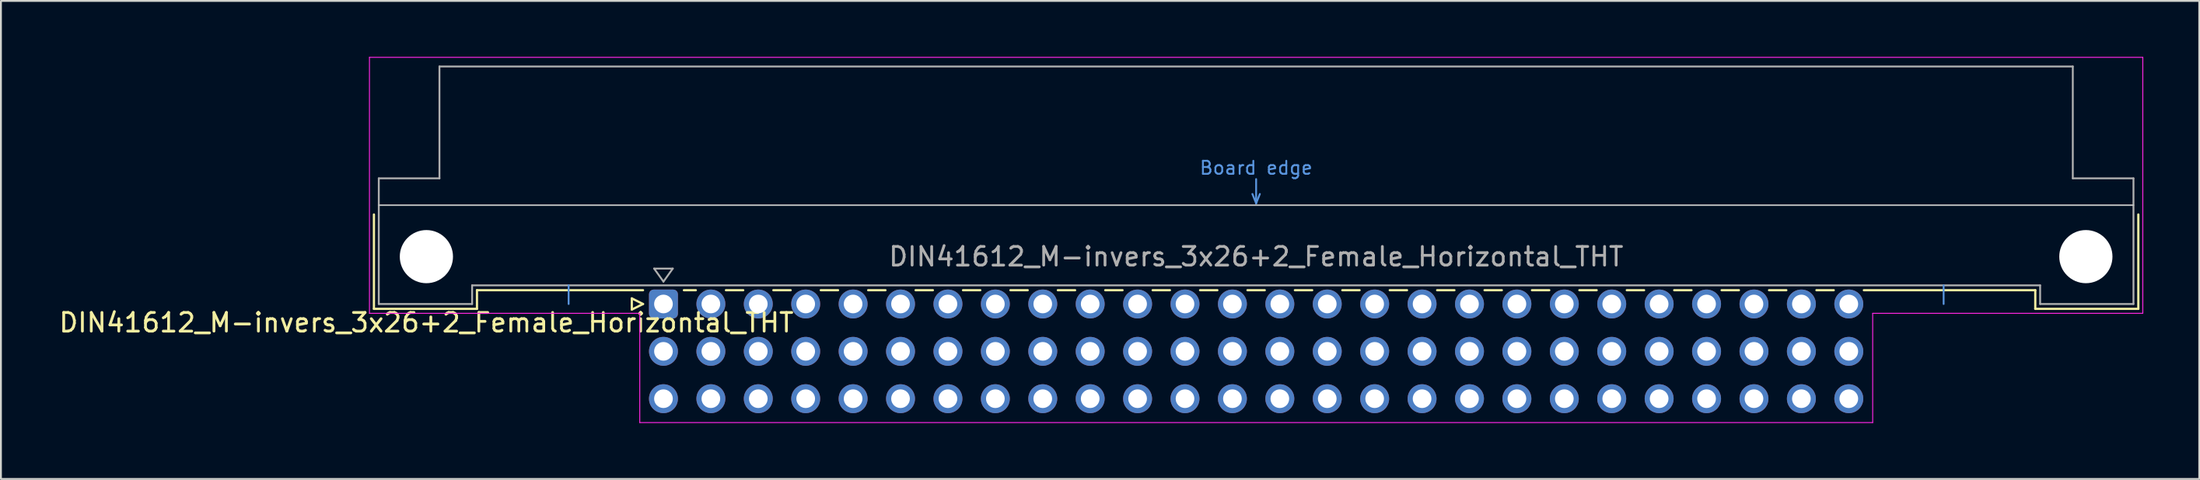
<source format=kicad_pcb>
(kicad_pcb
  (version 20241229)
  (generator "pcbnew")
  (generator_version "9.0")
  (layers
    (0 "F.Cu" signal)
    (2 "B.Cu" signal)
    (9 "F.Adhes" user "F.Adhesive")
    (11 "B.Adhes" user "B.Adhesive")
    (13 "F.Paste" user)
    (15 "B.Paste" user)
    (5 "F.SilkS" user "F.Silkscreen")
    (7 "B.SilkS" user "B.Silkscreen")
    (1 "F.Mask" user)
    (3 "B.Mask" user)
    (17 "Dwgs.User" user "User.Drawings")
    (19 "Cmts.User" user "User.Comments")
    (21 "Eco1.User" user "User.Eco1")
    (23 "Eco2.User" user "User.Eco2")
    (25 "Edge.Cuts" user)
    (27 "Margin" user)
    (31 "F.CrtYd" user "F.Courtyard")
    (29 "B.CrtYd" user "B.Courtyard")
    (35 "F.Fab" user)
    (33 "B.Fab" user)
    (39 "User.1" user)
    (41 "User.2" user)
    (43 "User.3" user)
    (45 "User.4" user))
  (footprint "DIN41612_M-invers_3x26+2_Female_Horizontal_THT"
    (layer "F.Cu")
    (at 24.872 13.255)
    (property "Reference" "DIN41612_M-invers_3x26+2_Female_Horizontal_THT" (at -5.08 1 0) (layer "F.SilkS") (effects (font (size 1 1) (thickness 0.15))))
    (attr through_hole)
    (fp_line (start -7.89 -4.8) (end -7.89 0.26) (stroke (width 0.12) (type solid)) (layer "F.SilkS"))
    (fp_line (start -7.89 0.26) (end -2.37 0.26) (stroke (width 0.12) (type solid)) (layer "F.SilkS"))
    (fp_line (start -2.37 -0.74) (end 6.525 -0.74) (stroke (width 0.12) (type solid)) (layer "F.SilkS"))
    (fp_line (start -2.37 0.26) (end -2.37 -0.74) (stroke (width 0.12) (type solid)) (layer "F.SilkS"))
    (fp_line (start 5.925 -0.3) (end 5.925 0.3) (stroke (width 0.12) (type solid)) (layer "F.SilkS"))
    (fp_line (start 5.925 0.3) (end 6.525 0) (stroke (width 0.12) (type solid)) (layer "F.SilkS"))
    (fp_line (start 6.525 0) (end 5.925 -0.3) (stroke (width 0.12) (type solid)) (layer "F.SilkS"))
    (fp_line (start 8.715 -0.74) (end 9.353 -0.74) (stroke (width 0.12) (type solid)) (layer "F.SilkS"))
    (fp_line (start 10.967 -0.74) (end 11.893 -0.74) (stroke (width 0.12) (type solid)) (layer "F.SilkS"))
    (fp_line (start 13.507 -0.74) (end 14.433 -0.74) (stroke (width 0.12) (type solid)) (layer "F.SilkS"))
    (fp_line (start 16.047 -0.74) (end 16.973 -0.74) (stroke (width 0.12) (type solid)) (layer "F.SilkS"))
    (fp_line (start 18.587 -0.74) (end 19.513 -0.74) (stroke (width 0.12) (type solid)) (layer "F.SilkS"))
    (fp_line (start 21.127 -0.74) (end 22.053 -0.74) (stroke (width 0.12) (type solid)) (layer "F.SilkS"))
    (fp_line (start 23.667 -0.74) (end 24.593 -0.74) (stroke (width 0.12) (type solid)) (layer "F.SilkS"))
    (fp_line (start 26.207 -0.74) (end 27.133 -0.74) (stroke (width 0.12) (type solid)) (layer "F.SilkS"))
    (fp_line (start 28.747 -0.74) (end 29.673 -0.74) (stroke (width 0.12) (type solid)) (layer "F.SilkS"))
    (fp_line (start 31.287 -0.74) (end 32.213 -0.74) (stroke (width 0.12) (type solid)) (layer "F.SilkS"))
    (fp_line (start 33.827 -0.74) (end 34.753 -0.74) (stroke (width 0.12) (type solid)) (layer "F.SilkS"))
    (fp_line (start 36.367 -0.74) (end 37.293 -0.74) (stroke (width 0.12) (type solid)) (layer "F.SilkS"))
    (fp_line (start 38.907 -0.74) (end 39.833 -0.74) (stroke (width 0.12) (type solid)) (layer "F.SilkS"))
    (fp_line (start 41.447 -0.74) (end 42.373 -0.74) (stroke (width 0.12) (type solid)) (layer "F.SilkS"))
    (fp_line (start 43.987 -0.74) (end 44.913 -0.74) (stroke (width 0.12) (type solid)) (layer "F.SilkS"))
    (fp_line (start 46.527 -0.74) (end 47.453 -0.74) (stroke (width 0.12) (type solid)) (layer "F.SilkS"))
    (fp_line (start 49.067 -0.74) (end 49.993 -0.74) (stroke (width 0.12) (type solid)) (layer "F.SilkS"))
    (fp_line (start 51.607 -0.74) (end 52.533 -0.74) (stroke (width 0.12) (type solid)) (layer "F.SilkS"))
    (fp_line (start 54.147 -0.74) (end 55.073 -0.74) (stroke (width 0.12) (type solid)) (layer "F.SilkS"))
    (fp_line (start 56.687 -0.74) (end 57.613 -0.74) (stroke (width 0.12) (type solid)) (layer "F.SilkS"))
    (fp_line (start 59.227 -0.74) (end 60.153 -0.74) (stroke (width 0.12) (type solid)) (layer "F.SilkS"))
    (fp_line (start 61.767 -0.74) (end 62.693 -0.74) (stroke (width 0.12) (type solid)) (layer "F.SilkS"))
    (fp_line (start 64.307 -0.74) (end 65.233 -0.74) (stroke (width 0.12) (type solid)) (layer "F.SilkS"))
    (fp_line (start 66.847 -0.74) (end 67.773 -0.74) (stroke (width 0.12) (type solid)) (layer "F.SilkS"))
    (fp_line (start 69.387 -0.74) (end 70.313 -0.74) (stroke (width 0.12) (type solid)) (layer "F.SilkS"))
    (fp_line (start 71.927 -0.74) (end 81.11 -0.74) (stroke (width 0.12) (type solid)) (layer "F.SilkS"))
    (fp_line (start 81.11 0.26) (end 81.11 -0.74) (stroke (width 0.12) (type solid)) (layer "F.SilkS"))
    (fp_line (start 86.63 -4.8) (end 86.63 0.26) (stroke (width 0.12) (type solid)) (layer "F.SilkS"))
    (fp_line (start 86.63 0.26) (end 81.11 0.26) (stroke (width 0.12) (type solid)) (layer "F.SilkS"))
    (fp_line (start -7.63 -5.3) (end 86.37 -5.3) (stroke (width 0.08) (type solid)) (layer "Dwgs.User"))
    (fp_line (start 2.54 0) (end 2.54 -1) (stroke (width 0.1) (type solid)) (layer "Cmts.User"))
    (fp_line (start 39.17 -5.9) (end 39.37 -5.4) (stroke (width 0.1) (type solid)) (layer "Cmts.User"))
    (fp_line (start 39.37 -5.4) (end 39.37 -6.7) (stroke (width 0.1) (type solid)) (layer "Cmts.User"))
    (fp_line (start 39.37 -5.4) (end 39.57 -5.9) (stroke (width 0.1) (type solid)) (layer "Cmts.User"))
    (fp_line (start 76.2 0) (end 76.2 -1) (stroke (width 0.1) (type solid)) (layer "Cmts.User"))
    (fp_line (start -8.13 -13.23) (end -8.13 0.5) (stroke (width 0.05) (type solid)) (layer "F.CrtYd"))
    (fp_line (start -8.13 0.5) (end 6.35 0.5) (stroke (width 0.05) (type solid)) (layer "F.CrtYd"))
    (fp_line (start 6.35 0.5) (end 6.35 6.36) (stroke (width 0.05) (type solid)) (layer "F.CrtYd"))
    (fp_line (start 6.35 6.36) (end 72.4 6.36) (stroke (width 0.05) (type solid)) (layer "F.CrtYd"))
    (fp_line (start 72.4 0.5) (end 86.87 0.5) (stroke (width 0.05) (type solid)) (layer "F.CrtYd"))
    (fp_line (start 72.4 6.36) (end 72.4 0.5) (stroke (width 0.05) (type solid)) (layer "F.CrtYd"))
    (fp_line (start 86.87 -13.23) (end -8.13 -13.23) (stroke (width 0.05) (type solid)) (layer "F.CrtYd"))
    (fp_line (start 86.87 0.5) (end 86.87 -13.23) (stroke (width 0.05) (type solid)) (layer "F.CrtYd"))
    (fp_line (start -7.63 -6.74) (end -7.63 0) (stroke (width 0.1) (type solid)) (layer "F.Fab"))
    (fp_line (start -7.63 0) (end -2.63 0) (stroke (width 0.1) (type solid)) (layer "F.Fab"))
    (fp_line (start -4.38 -12.74) (end -4.38 -6.74) (stroke (width 0.1) (type solid)) (layer "F.Fab"))
    (fp_line (start -4.38 -6.74) (end -7.63 -6.74) (stroke (width 0.1) (type solid)) (layer "F.Fab"))
    (fp_line (start -2.63 -1) (end 81.37 -1) (stroke (width 0.1) (type solid)) (layer "F.Fab"))
    (fp_line (start -2.63 0) (end -2.63 -1) (stroke (width 0.1) (type solid)) (layer "F.Fab"))
    (fp_line (start 7.12 -1.9) (end 8.12 -1.9) (stroke (width 0.1) (type solid)) (layer "F.Fab"))
    (fp_line (start 7.62 -1.2) (end 7.12 -1.9) (stroke (width 0.1) (type solid)) (layer "F.Fab"))
    (fp_line (start 8.12 -1.9) (end 7.62 -1.2) (stroke (width 0.1) (type solid)) (layer "F.Fab"))
    (fp_line (start 81.37 -1) (end 81.37 0) (stroke (width 0.1) (type solid)) (layer "F.Fab"))
    (fp_line (start 81.37 0) (end 86.37 0) (stroke (width 0.1) (type solid)) (layer "F.Fab"))
    (fp_line (start 83.12 -12.74) (end -4.38 -12.74) (stroke (width 0.1) (type solid)) (layer "F.Fab"))
    (fp_line (start 83.12 -6.74) (end 83.12 -12.74) (stroke (width 0.1) (type solid)) (layer "F.Fab"))
    (fp_line (start 86.37 -6.74) (end 83.12 -6.74) (stroke (width 0.1) (type solid)) (layer "F.Fab"))
    (fp_line (start 86.37 0) (end 86.37 -6.74) (stroke (width 0.1) (type solid)) (layer "F.Fab"))
    (fp_text user "Board edge" (at 39.37 -7.3 0) (layer "Cmts.User") (effects (font (size 0.7 0.7) (thickness 0.1))))
    (fp_text user "${REFERENCE}" (at 39.37 -2.54 0) (layer "F.Fab") (effects (font (size 1 1) (thickness 0.15))))
    (pad "" np_thru_hole circle (at -5.08 -2.54) (size 2.85 2.85) (drill 2.85) (layers "*.Cu" "*.Mask"))
    (pad "" np_thru_hole circle (at 83.82 -2.54) (size 2.85 2.85) (drill 2.85) (layers "*.Cu" "*.Mask"))
    (pad "a4" thru_hole roundrect (at 7.62 0) (size 1.55 1.55) (drill 1) (layers "*.Cu" "*.Mask") (roundrect_rratio 0.161))
    (pad "a5" thru_hole circle (at 10.16 0) (size 1.55 1.55) (drill 1) (layers "*.Cu" "*.Mask"))
    (pad "a6" thru_hole circle (at 12.7 0) (size 1.55 1.55) (drill 1) (layers "*.Cu" "*.Mask"))
    (pad "a7" thru_hole circle (at 15.24 0) (size 1.55 1.55) (drill 1) (layers "*.Cu" "*.Mask"))
    (pad "a8" thru_hole circle (at 17.78 0) (size 1.55 1.55) (drill 1) (layers "*.Cu" "*.Mask"))
    (pad "a9" thru_hole circle (at 20.32 0) (size 1.55 1.55) (drill 1) (layers "*.Cu" "*.Mask"))
    (pad "a10" thru_hole circle (at 22.86 0) (size 1.55 1.55) (drill 1) (layers "*.Cu" "*.Mask"))
    (pad "a11" thru_hole circle (at 25.4 0) (size 1.55 1.55) (drill 1) (layers "*.Cu" "*.Mask"))
    (pad "a12" thru_hole circle (at 27.94 0) (size 1.55 1.55) (drill 1) (layers "*.Cu" "*.Mask"))
    (pad "a13" thru_hole circle (at 30.48 0) (size 1.55 1.55) (drill 1) (layers "*.Cu" "*.Mask"))
    (pad "a14" thru_hole circle (at 33.02 0) (size 1.55 1.55) (drill 1) (layers "*.Cu" "*.Mask"))
    (pad "a15" thru_hole circle (at 35.56 0) (size 1.55 1.55) (drill 1) (layers "*.Cu" "*.Mask"))
    (pad "a16" thru_hole circle (at 38.1 0) (size 1.55 1.55) (drill 1) (layers "*.Cu" "*.Mask"))
    (pad "a17" thru_hole circle (at 40.64 0) (size 1.55 1.55) (drill 1) (layers "*.Cu" "*.Mask"))
    (pad "a18" thru_hole circle (at 43.18 0) (size 1.55 1.55) (drill 1) (layers "*.Cu" "*.Mask"))
    (pad "a19" thru_hole circle (at 45.72 0) (size 1.55 1.55) (drill 1) (layers "*.Cu" "*.Mask"))
    (pad "a20" thru_hole circle (at 48.26 0) (size 1.55 1.55) (drill 1) (layers "*.Cu" "*.Mask"))
    (pad "a21" thru_hole circle (at 50.8 0) (size 1.55 1.55) (drill 1) (layers "*.Cu" "*.Mask"))
    (pad "a22" thru_hole circle (at 53.34 0) (size 1.55 1.55) (drill 1) (layers "*.Cu" "*.Mask"))
    (pad "a23" thru_hole circle (at 55.88 0) (size 1.55 1.55) (drill 1) (layers "*.Cu" "*.Mask"))
    (pad "a24" thru_hole circle (at 58.42 0) (size 1.55 1.55) (drill 1) (layers "*.Cu" "*.Mask"))
    (pad "a25" thru_hole circle (at 60.96 0) (size 1.55 1.55) (drill 1) (layers "*.Cu" "*.Mask"))
    (pad "a26" thru_hole circle (at 63.5 0) (size 1.55 1.55) (drill 1) (layers "*.Cu" "*.Mask"))
    (pad "a27" thru_hole circle (at 66.04 0) (size 1.55 1.55) (drill 1) (layers "*.Cu" "*.Mask"))
    (pad "a28" thru_hole circle (at 68.58 0) (size 1.55 1.55) (drill 1) (layers "*.Cu" "*.Mask"))
    (pad "a29" thru_hole circle (at 71.12 0) (size 1.55 1.55) (drill 1) (layers "*.Cu" "*.Mask"))
    (pad "b4" thru_hole circle (at 7.62 2.54) (size 1.55 1.55) (drill 1) (layers "*.Cu" "*.Mask"))
    (pad "b5" thru_hole circle (at 10.16 2.54) (size 1.55 1.55) (drill 1) (layers "*.Cu" "*.Mask"))
    (pad "b6" thru_hole circle (at 12.7 2.54) (size 1.55 1.55) (drill 1) (layers "*.Cu" "*.Mask"))
    (pad "b7" thru_hole circle (at 15.24 2.54) (size 1.55 1.55) (drill 1) (layers "*.Cu" "*.Mask"))
    (pad "b8" thru_hole circle (at 17.78 2.54) (size 1.55 1.55) (drill 1) (layers "*.Cu" "*.Mask"))
    (pad "b9" thru_hole circle (at 20.32 2.54) (size 1.55 1.55) (drill 1) (layers "*.Cu" "*.Mask"))
    (pad "b10" thru_hole circle (at 22.86 2.54) (size 1.55 1.55) (drill 1) (layers "*.Cu" "*.Mask"))
    (pad "b11" thru_hole circle (at 25.4 2.54) (size 1.55 1.55) (drill 1) (layers "*.Cu" "*.Mask"))
    (pad "b12" thru_hole circle (at 27.94 2.54) (size 1.55 1.55) (drill 1) (layers "*.Cu" "*.Mask"))
    (pad "b13" thru_hole circle (at 30.48 2.54) (size 1.55 1.55) (drill 1) (layers "*.Cu" "*.Mask"))
    (pad "b14" thru_hole circle (at 33.02 2.54) (size 1.55 1.55) (drill 1) (layers "*.Cu" "*.Mask"))
    (pad "b15" thru_hole circle (at 35.56 2.54) (size 1.55 1.55) (drill 1) (layers "*.Cu" "*.Mask"))
    (pad "b16" thru_hole circle (at 38.1 2.54) (size 1.55 1.55) (drill 1) (layers "*.Cu" "*.Mask"))
    (pad "b17" thru_hole circle (at 40.64 2.54) (size 1.55 1.55) (drill 1) (layers "*.Cu" "*.Mask"))
    (pad "b18" thru_hole circle (at 43.18 2.54) (size 1.55 1.55) (drill 1) (layers "*.Cu" "*.Mask"))
    (pad "b19" thru_hole circle (at 45.72 2.54) (size 1.55 1.55) (drill 1) (layers "*.Cu" "*.Mask"))
    (pad "b20" thru_hole circle (at 48.26 2.54) (size 1.55 1.55) (drill 1) (layers "*.Cu" "*.Mask"))
    (pad "b21" thru_hole circle (at 50.8 2.54) (size 1.55 1.55) (drill 1) (layers "*.Cu" "*.Mask"))
    (pad "b22" thru_hole circle (at 53.34 2.54) (size 1.55 1.55) (drill 1) (layers "*.Cu" "*.Mask"))
    (pad "b23" thru_hole circle (at 55.88 2.54) (size 1.55 1.55) (drill 1) (layers "*.Cu" "*.Mask"))
    (pad "b24" thru_hole circle (at 58.42 2.54) (size 1.55 1.55) (drill 1) (layers "*.Cu" "*.Mask"))
    (pad "b25" thru_hole circle (at 60.96 2.54) (size 1.55 1.55) (drill 1) (layers "*.Cu" "*.Mask"))
    (pad "b26" thru_hole circle (at 63.5 2.54) (size 1.55 1.55) (drill 1) (layers "*.Cu" "*.Mask"))
    (pad "b27" thru_hole circle (at 66.04 2.54) (size 1.55 1.55) (drill 1) (layers "*.Cu" "*.Mask"))
    (pad "b28" thru_hole circle (at 68.58 2.54) (size 1.55 1.55) (drill 1) (layers "*.Cu" "*.Mask"))
    (pad "b29" thru_hole circle (at 71.12 2.54) (size 1.55 1.55) (drill 1) (layers "*.Cu" "*.Mask"))
    (pad "c4" thru_hole circle (at 7.62 5.08) (size 1.55 1.55) (drill 1) (layers "*.Cu" "*.Mask"))
    (pad "c5" thru_hole circle (at 10.16 5.08) (size 1.55 1.55) (drill 1) (layers "*.Cu" "*.Mask"))
    (pad "c6" thru_hole circle (at 12.7 5.08) (size 1.55 1.55) (drill 1) (layers "*.Cu" "*.Mask"))
    (pad "c7" thru_hole circle (at 15.24 5.08) (size 1.55 1.55) (drill 1) (layers "*.Cu" "*.Mask"))
    (pad "c8" thru_hole circle (at 17.78 5.08) (size 1.55 1.55) (drill 1) (layers "*.Cu" "*.Mask"))
    (pad "c9" thru_hole circle (at 20.32 5.08) (size 1.55 1.55) (drill 1) (layers "*.Cu" "*.Mask"))
    (pad "c10" thru_hole circle (at 22.86 5.08) (size 1.55 1.55) (drill 1) (layers "*.Cu" "*.Mask"))
    (pad "c11" thru_hole circle (at 25.4 5.08) (size 1.55 1.55) (drill 1) (layers "*.Cu" "*.Mask"))
    (pad "c12" thru_hole circle (at 27.94 5.08) (size 1.55 1.55) (drill 1) (layers "*.Cu" "*.Mask"))
    (pad "c13" thru_hole circle (at 30.48 5.08) (size 1.55 1.55) (drill 1) (layers "*.Cu" "*.Mask"))
    (pad "c14" thru_hole circle (at 33.02 5.08) (size 1.55 1.55) (drill 1) (layers "*.Cu" "*.Mask"))
    (pad "c15" thru_hole circle (at 35.56 5.08) (size 1.55 1.55) (drill 1) (layers "*.Cu" "*.Mask"))
    (pad "c16" thru_hole circle (at 38.1 5.08) (size 1.55 1.55) (drill 1) (layers "*.Cu" "*.Mask"))
    (pad "c17" thru_hole circle (at 40.64 5.08) (size 1.55 1.55) (drill 1) (layers "*.Cu" "*.Mask"))
    (pad "c18" thru_hole circle (at 43.18 5.08) (size 1.55 1.55) (drill 1) (layers "*.Cu" "*.Mask"))
    (pad "c19" thru_hole circle (at 45.72 5.08) (size 1.55 1.55) (drill 1) (layers "*.Cu" "*.Mask"))
    (pad "c20" thru_hole circle (at 48.26 5.08) (size 1.55 1.55) (drill 1) (layers "*.Cu" "*.Mask"))
    (pad "c21" thru_hole circle (at 50.8 5.08) (size 1.55 1.55) (drill 1) (layers "*.Cu" "*.Mask"))
    (pad "c22" thru_hole circle (at 53.34 5.08) (size 1.55 1.55) (drill 1) (layers "*.Cu" "*.Mask"))
    (pad "c23" thru_hole circle (at 55.88 5.08) (size 1.55 1.55) (drill 1) (layers "*.Cu" "*.Mask"))
    (pad "c24" thru_hole circle (at 58.42 5.08) (size 1.55 1.55) (drill 1) (layers "*.Cu" "*.Mask"))
    (pad "c25" thru_hole circle (at 60.96 5.08) (size 1.55 1.55) (drill 1) (layers "*.Cu" "*.Mask"))
    (pad "c26" thru_hole circle (at 63.5 5.08) (size 1.55 1.55) (drill 1) (layers "*.Cu" "*.Mask"))
    (pad "c27" thru_hole circle (at 66.04 5.08) (size 1.55 1.55) (drill 1) (layers "*.Cu" "*.Mask"))
    (pad "c28" thru_hole circle (at 68.58 5.08) (size 1.55 1.55) (drill 1) (layers "*.Cu" "*.Mask"))
    (pad "c29" thru_hole circle (at 71.12 5.08) (size 1.55 1.55) (drill 1) (layers "*.Cu" "*.Mask")))
  (gr_rect
    (start -3 -3)
    (end 114.767 22.64)
    (stroke (width 0.1) (type default))
    (fill no)
    (layer "Edge.Cuts")))
</source>
